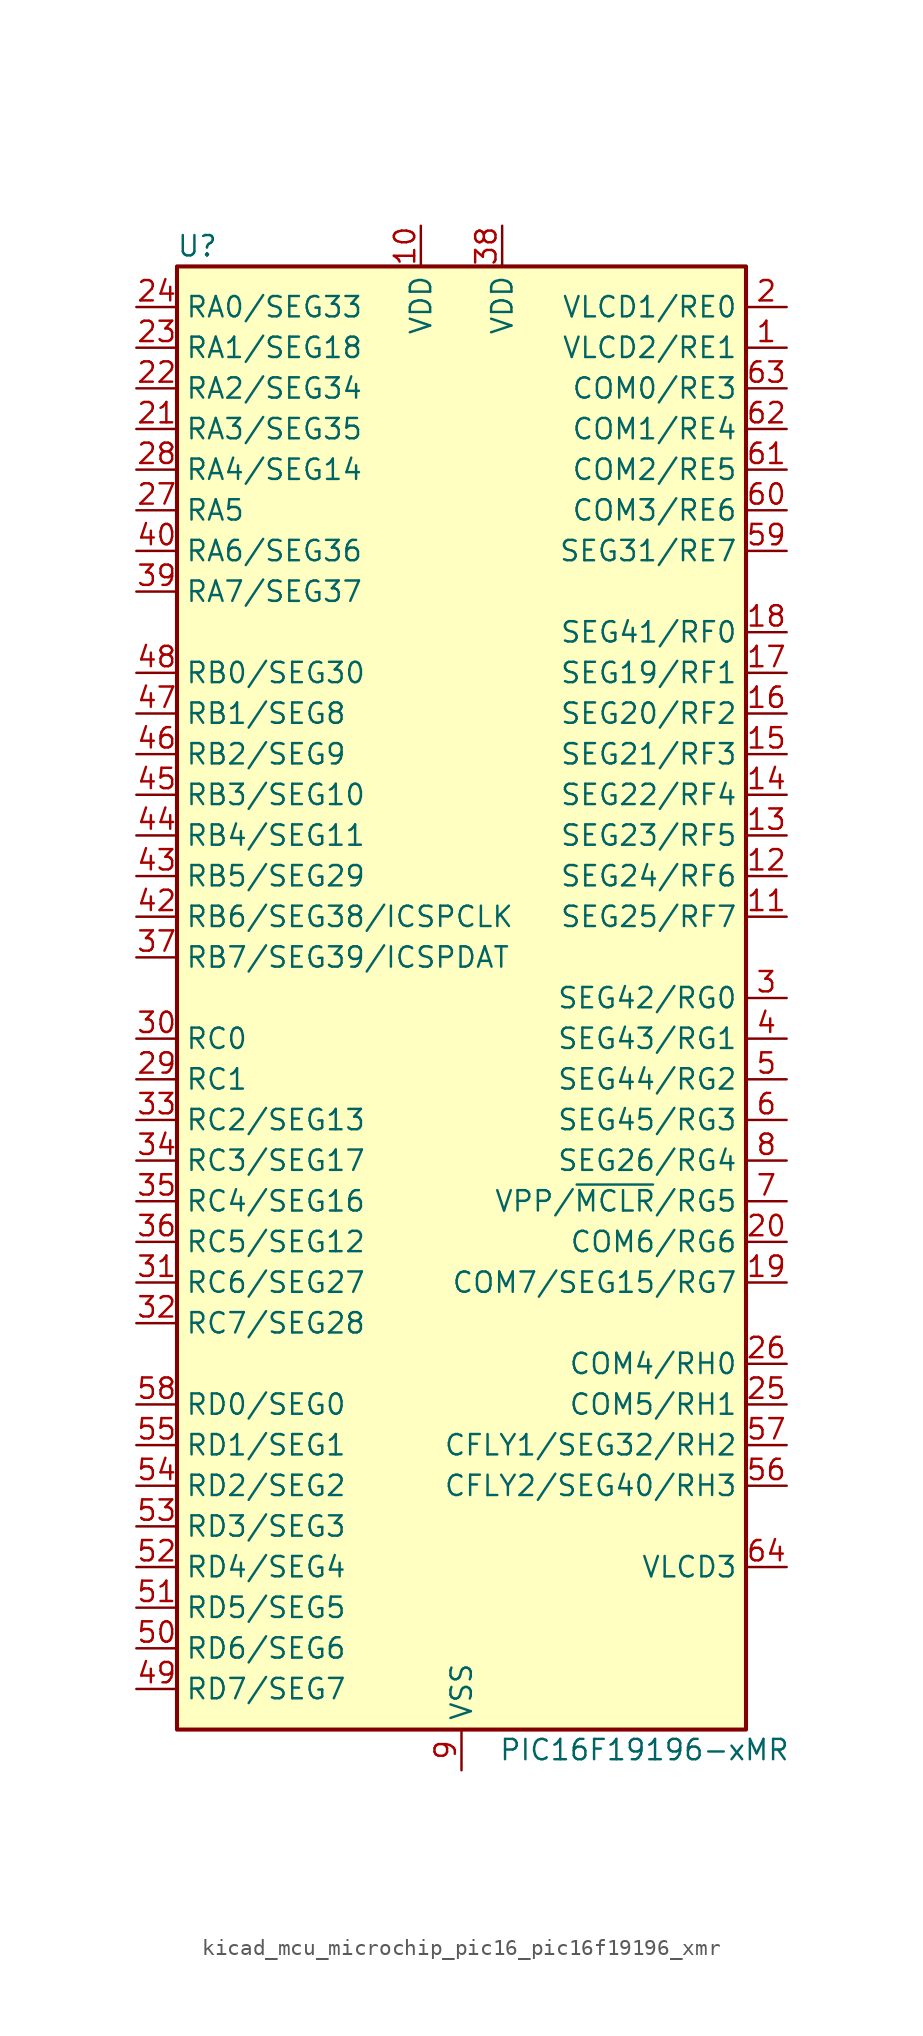
<source format=kicad_sym>
(kicad_symbol_lib
  (version 20220914)
  (generator kicad_symbol_editor)
  (symbol "kicad_mcu_microchip_pic16_pic16f19196_xmr"
    (property "Reference" "U"
      (at -16.51 46.99 0)
      (effects (font (size 1.27 1.27))))
    (property "Value" "PIC16F19196-xMR"
      (at 11.43 -46.99 0)
      (effects (font (size 1.27 1.27))))
    (symbol "kicad_mcu_microchip_pic16_pic16f19196_xmr_0_1"
      (rectangle (start -17.78 45.72) (end 17.78 -45.72) (stroke (width 0.254) (type default)) (fill (type background))))
    (symbol "kicad_mcu_microchip_pic16_pic16f19196_xmr_1_1"
      (pin bidirectional line (at 20.32 40.64 180) (length 2.54) (name "VLCD2/RE1" (effects (font (size 1.27 1.27)))) (number "1" (effects (font (size 1.27 1.27)))))
      (pin power_in line (at -2.54 48.26 270) (length 2.54) (name "VDD" (effects (font (size 1.27 1.27)))) (number "10" (effects (font (size 1.27 1.27)))))
      (pin bidirectional line (at 20.32 5.08 180) (length 2.54) (name "SEG25/RF7" (effects (font (size 1.27 1.27)))) (number "11" (effects (font (size 1.27 1.27)))))
      (pin bidirectional line (at 20.32 7.62 180) (length 2.54) (name "SEG24/RF6" (effects (font (size 1.27 1.27)))) (number "12" (effects (font (size 1.27 1.27)))))
      (pin bidirectional line (at 20.32 10.16 180) (length 2.54) (name "SEG23/RF5" (effects (font (size 1.27 1.27)))) (number "13" (effects (font (size 1.27 1.27)))))
      (pin bidirectional line (at 20.32 12.7 180) (length 2.54) (name "SEG22/RF4" (effects (font (size 1.27 1.27)))) (number "14" (effects (font (size 1.27 1.27)))))
      (pin bidirectional line (at 20.32 15.24 180) (length 2.54) (name "SEG21/RF3" (effects (font (size 1.27 1.27)))) (number "15" (effects (font (size 1.27 1.27)))))
      (pin bidirectional line (at 20.32 17.78 180) (length 2.54) (name "SEG20/RF2" (effects (font (size 1.27 1.27)))) (number "16" (effects (font (size 1.27 1.27)))))
      (pin bidirectional line (at 20.32 20.32 180) (length 2.54) (name "SEG19/RF1" (effects (font (size 1.27 1.27)))) (number "17" (effects (font (size 1.27 1.27)))))
      (pin bidirectional line (at 20.32 22.86 180) (length 2.54) (name "SEG41/RF0" (effects (font (size 1.27 1.27)))) (number "18" (effects (font (size 1.27 1.27)))))
      (pin bidirectional line (at 20.32 -17.78 180) (length 2.54) (name "COM7/SEG15/RG7" (effects (font (size 1.27 1.27)))) (number "19" (effects (font (size 1.27 1.27)))))
      (pin bidirectional line (at 20.32 43.18 180) (length 2.54) (name "VLCD1/RE0" (effects (font (size 1.27 1.27)))) (number "2" (effects (font (size 1.27 1.27)))))
      (pin bidirectional line (at 20.32 -15.24 180) (length 2.54) (name "COM6/RG6" (effects (font (size 1.27 1.27)))) (number "20" (effects (font (size 1.27 1.27)))))
      (pin bidirectional line (at -20.32 35.56 0) (length 2.54) (name "RA3/SEG35" (effects (font (size 1.27 1.27)))) (number "21" (effects (font (size 1.27 1.27)))))
      (pin bidirectional line (at -20.32 38.1 0) (length 2.54) (name "RA2/SEG34" (effects (font (size 1.27 1.27)))) (number "22" (effects (font (size 1.27 1.27)))))
      (pin bidirectional line (at -20.32 40.64 0) (length 2.54) (name "RA1/SEG18" (effects (font (size 1.27 1.27)))) (number "23" (effects (font (size 1.27 1.27)))))
      (pin bidirectional line (at -20.32 43.18 0) (length 2.54) (name "RA0/SEG33" (effects (font (size 1.27 1.27)))) (number "24" (effects (font (size 1.27 1.27)))))
      (pin bidirectional line (at 20.32 -25.4 180) (length 2.54) (name "COM5/RH1" (effects (font (size 1.27 1.27)))) (number "25" (effects (font (size 1.27 1.27)))))
      (pin bidirectional line (at 20.32 -22.86 180) (length 2.54) (name "COM4/RH0" (effects (font (size 1.27 1.27)))) (number "26" (effects (font (size 1.27 1.27)))))
      (pin bidirectional line (at -20.32 30.48 0) (length 2.54) (name "RA5" (effects (font (size 1.27 1.27)))) (number "27" (effects (font (size 1.27 1.27)))))
      (pin bidirectional line (at -20.32 33.02 0) (length 2.54) (name "RA4/SEG14" (effects (font (size 1.27 1.27)))) (number "28" (effects (font (size 1.27 1.27)))))
      (pin bidirectional line (at -20.32 -5.08 0) (length 2.54) (name "RC1" (effects (font (size 1.27 1.27)))) (number "29" (effects (font (size 1.27 1.27)))))
      (pin bidirectional line (at 20.32 0 180) (length 2.54) (name "SEG42/RG0" (effects (font (size 1.27 1.27)))) (number "3" (effects (font (size 1.27 1.27)))))
      (pin bidirectional line (at -20.32 -2.54 0) (length 2.54) (name "RC0" (effects (font (size 1.27 1.27)))) (number "30" (effects (font (size 1.27 1.27)))))
      (pin bidirectional line (at -20.32 -17.78 0) (length 2.54) (name "RC6/SEG27" (effects (font (size 1.27 1.27)))) (number "31" (effects (font (size 1.27 1.27)))))
      (pin bidirectional line (at -20.32 -20.32 0) (length 2.54) (name "RC7/SEG28" (effects (font (size 1.27 1.27)))) (number "32" (effects (font (size 1.27 1.27)))))
      (pin bidirectional line (at -20.32 -7.62 0) (length 2.54) (name "RC2/SEG13" (effects (font (size 1.27 1.27)))) (number "33" (effects (font (size 1.27 1.27)))))
      (pin bidirectional line (at -20.32 -10.16 0) (length 2.54) (name "RC3/SEG17" (effects (font (size 1.27 1.27)))) (number "34" (effects (font (size 1.27 1.27)))))
      (pin bidirectional line (at -20.32 -12.7 0) (length 2.54) (name "RC4/SEG16" (effects (font (size 1.27 1.27)))) (number "35" (effects (font (size 1.27 1.27)))))
      (pin bidirectional line (at -20.32 -15.24 0) (length 2.54) (name "RC5/SEG12" (effects (font (size 1.27 1.27)))) (number "36" (effects (font (size 1.27 1.27)))))
      (pin bidirectional line (at -20.32 2.54 0) (length 2.54) (name "RB7/SEG39/ICSPDAT" (effects (font (size 1.27 1.27)))) (number "37" (effects (font (size 1.27 1.27)))))
      (pin power_in line (at 2.54 48.26 270) (length 2.54) (name "VDD" (effects (font (size 1.27 1.27)))) (number "38" (effects (font (size 1.27 1.27)))))
      (pin bidirectional line (at -20.32 25.4 0) (length 2.54) (name "RA7/SEG37" (effects (font (size 1.27 1.27)))) (number "39" (effects (font (size 1.27 1.27)))))
      (pin bidirectional line (at 20.32 -2.54 180) (length 2.54) (name "SEG43/RG1" (effects (font (size 1.27 1.27)))) (number "4" (effects (font (size 1.27 1.27)))))
      (pin bidirectional line (at -20.32 27.94 0) (length 2.54) (name "RA6/SEG36" (effects (font (size 1.27 1.27)))) (number "40" (effects (font (size 1.27 1.27)))))
      (pin passive line (at 0 -48.26 90) (length 2.54) hide (name "VSS" (effects (font (size 1.27 1.27)))) (number "41" (effects (font (size 1.27 1.27)))))
      (pin bidirectional line (at -20.32 5.08 0) (length 2.54) (name "RB6/SEG38/ICSPCLK" (effects (font (size 1.27 1.27)))) (number "42" (effects (font (size 1.27 1.27)))))
      (pin bidirectional line (at -20.32 7.62 0) (length 2.54) (name "RB5/SEG29" (effects (font (size 1.27 1.27)))) (number "43" (effects (font (size 1.27 1.27)))))
      (pin bidirectional line (at -20.32 10.16 0) (length 2.54) (name "RB4/SEG11" (effects (font (size 1.27 1.27)))) (number "44" (effects (font (size 1.27 1.27)))))
      (pin bidirectional line (at -20.32 12.7 0) (length 2.54) (name "RB3/SEG10" (effects (font (size 1.27 1.27)))) (number "45" (effects (font (size 1.27 1.27)))))
      (pin bidirectional line (at -20.32 15.24 0) (length 2.54) (name "RB2/SEG9" (effects (font (size 1.27 1.27)))) (number "46" (effects (font (size 1.27 1.27)))))
      (pin bidirectional line (at -20.32 17.78 0) (length 2.54) (name "RB1/SEG8" (effects (font (size 1.27 1.27)))) (number "47" (effects (font (size 1.27 1.27)))))
      (pin bidirectional line (at -20.32 20.32 0) (length 2.54) (name "RB0/SEG30" (effects (font (size 1.27 1.27)))) (number "48" (effects (font (size 1.27 1.27)))))
      (pin bidirectional line (at -20.32 -43.18 0) (length 2.54) (name "RD7/SEG7" (effects (font (size 1.27 1.27)))) (number "49" (effects (font (size 1.27 1.27)))))
      (pin bidirectional line (at 20.32 -5.08 180) (length 2.54) (name "SEG44/RG2" (effects (font (size 1.27 1.27)))) (number "5" (effects (font (size 1.27 1.27)))))
      (pin bidirectional line (at -20.32 -40.64 0) (length 2.54) (name "RD6/SEG6" (effects (font (size 1.27 1.27)))) (number "50" (effects (font (size 1.27 1.27)))))
      (pin bidirectional line (at -20.32 -38.1 0) (length 2.54) (name "RD5/SEG5" (effects (font (size 1.27 1.27)))) (number "51" (effects (font (size 1.27 1.27)))))
      (pin bidirectional line (at -20.32 -35.56 0) (length 2.54) (name "RD4/SEG4" (effects (font (size 1.27 1.27)))) (number "52" (effects (font (size 1.27 1.27)))))
      (pin bidirectional line (at -20.32 -33.02 0) (length 2.54) (name "RD3/SEG3" (effects (font (size 1.27 1.27)))) (number "53" (effects (font (size 1.27 1.27)))))
      (pin bidirectional line (at -20.32 -30.48 0) (length 2.54) (name "RD2/SEG2" (effects (font (size 1.27 1.27)))) (number "54" (effects (font (size 1.27 1.27)))))
      (pin bidirectional line (at -20.32 -27.94 0) (length 2.54) (name "RD1/SEG1" (effects (font (size 1.27 1.27)))) (number "55" (effects (font (size 1.27 1.27)))))
      (pin bidirectional line (at 20.32 -30.48 180) (length 2.54) (name "CFLY2/SEG40/RH3" (effects (font (size 1.27 1.27)))) (number "56" (effects (font (size 1.27 1.27)))))
      (pin bidirectional line (at 20.32 -27.94 180) (length 2.54) (name "CFLY1/SEG32/RH2" (effects (font (size 1.27 1.27)))) (number "57" (effects (font (size 1.27 1.27)))))
      (pin bidirectional line (at -20.32 -25.4 0) (length 2.54) (name "RD0/SEG0" (effects (font (size 1.27 1.27)))) (number "58" (effects (font (size 1.27 1.27)))))
      (pin bidirectional line (at 20.32 27.94 180) (length 2.54) (name "SEG31/RE7" (effects (font (size 1.27 1.27)))) (number "59" (effects (font (size 1.27 1.27)))))
      (pin bidirectional line (at 20.32 -7.62 180) (length 2.54) (name "SEG45/RG3" (effects (font (size 1.27 1.27)))) (number "6" (effects (font (size 1.27 1.27)))))
      (pin bidirectional line (at 20.32 30.48 180) (length 2.54) (name "COM3/RE6" (effects (font (size 1.27 1.27)))) (number "60" (effects (font (size 1.27 1.27)))))
      (pin bidirectional line (at 20.32 33.02 180) (length 2.54) (name "COM2/RE5" (effects (font (size 1.27 1.27)))) (number "61" (effects (font (size 1.27 1.27)))))
      (pin bidirectional line (at 20.32 35.56 180) (length 2.54) (name "COM1/RE4" (effects (font (size 1.27 1.27)))) (number "62" (effects (font (size 1.27 1.27)))))
      (pin bidirectional line (at 20.32 38.1 180) (length 2.54) (name "COM0/RE3" (effects (font (size 1.27 1.27)))) (number "63" (effects (font (size 1.27 1.27)))))
      (pin input line (at 20.32 -35.56 180) (length 2.54) (name "VLCD3" (effects (font (size 1.27 1.27)))) (number "64" (effects (font (size 1.27 1.27)))))
      (pin passive line (at 0 -48.26 90) (length 2.54) hide (name "VSS" (effects (font (size 1.27 1.27)))) (number "65" (effects (font (size 1.27 1.27)))))
      (pin bidirectional line (at 20.32 -12.7 180) (length 2.54) (name "VPP/~{MCLR}/RG5" (effects (font (size 1.27 1.27)))) (number "7" (effects (font (size 1.27 1.27)))))
      (pin bidirectional line (at 20.32 -10.16 180) (length 2.54) (name "SEG26/RG4" (effects (font (size 1.27 1.27)))) (number "8" (effects (font (size 1.27 1.27)))))
      (pin power_in line (at 0 -48.26 90) (length 2.54) (name "VSS" (effects (font (size 1.27 1.27)))) (number "9" (effects (font (size 1.27 1.27))))))))
</source>
